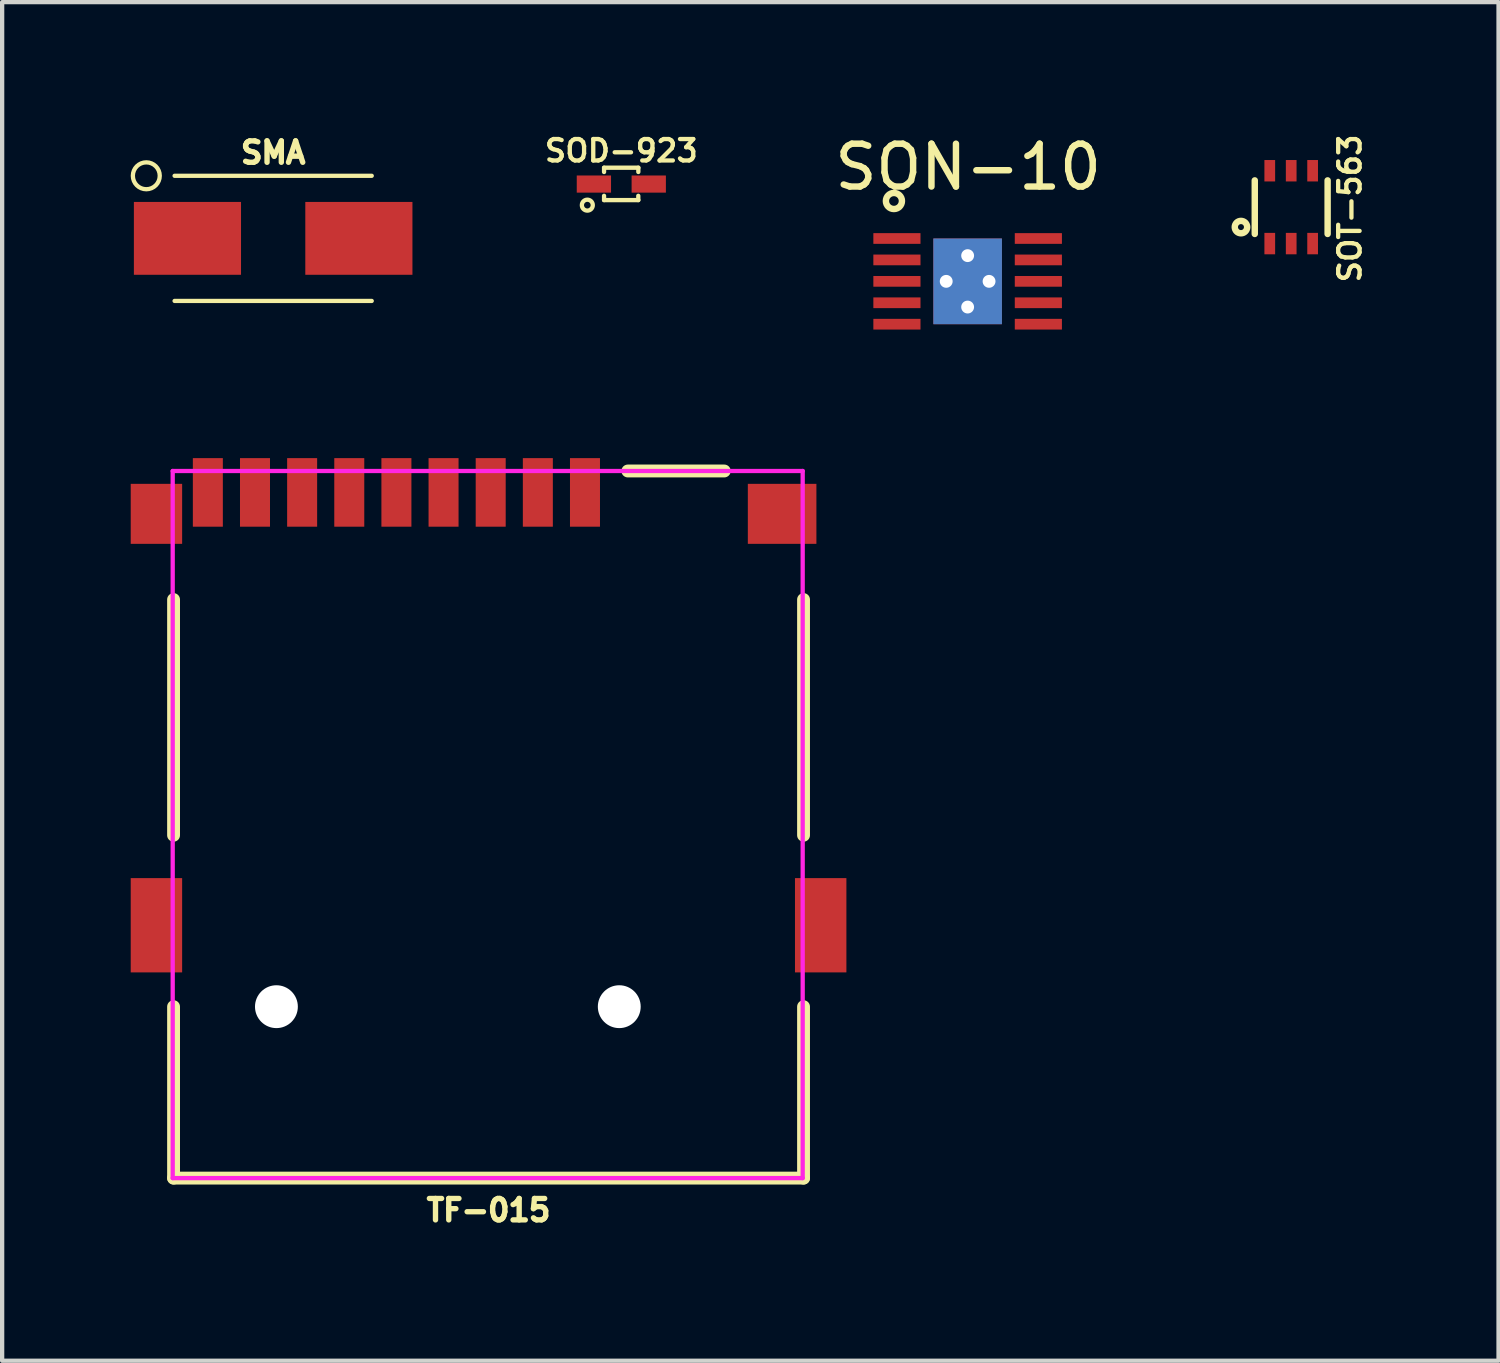
<source format=kicad_pcb>
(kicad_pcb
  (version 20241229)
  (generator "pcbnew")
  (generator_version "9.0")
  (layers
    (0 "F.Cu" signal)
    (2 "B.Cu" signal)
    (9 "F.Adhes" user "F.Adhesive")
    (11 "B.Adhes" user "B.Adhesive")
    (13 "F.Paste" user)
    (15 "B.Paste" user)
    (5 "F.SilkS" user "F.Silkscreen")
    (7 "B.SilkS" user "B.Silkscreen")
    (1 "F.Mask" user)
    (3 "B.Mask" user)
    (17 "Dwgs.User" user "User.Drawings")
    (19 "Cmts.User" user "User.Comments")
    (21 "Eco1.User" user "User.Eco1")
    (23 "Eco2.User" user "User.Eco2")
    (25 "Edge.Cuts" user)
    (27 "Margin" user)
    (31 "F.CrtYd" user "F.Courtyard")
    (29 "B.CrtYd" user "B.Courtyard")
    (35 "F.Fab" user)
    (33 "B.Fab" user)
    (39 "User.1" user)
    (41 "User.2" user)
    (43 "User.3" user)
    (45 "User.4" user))
  (footprint "TF-015"
    (layer "F.Cu")
    (at 8.35 20.44)
    (property "Reference" "TF-015" (at 0 4.75 0) (layer "F.SilkS") (effects (font (size 0.5 0.5) (thickness 0.125))))
    (attr through_hole)
    (fp_line (start -7.35 -4) (end -7.35 -9.5) (stroke (width 0.3) (type solid)) (layer "F.SilkS"))
    (fp_line (start -7.35 4) (end -7.35 0) (stroke (width 0.3) (type solid)) (layer "F.SilkS"))
    (fp_line (start -7.35 4) (end 7.35 4) (stroke (width 0.3) (type solid)) (layer "F.SilkS"))
    (fp_line (start 3.25 -12.5) (end 5.5 -12.5) (stroke (width 0.3) (type solid)) (layer "F.SilkS"))
    (fp_line (start 7.35 -4) (end 7.35 -9.5) (stroke (width 0.3) (type solid)) (layer "F.SilkS"))
    (fp_line (start 7.35 4) (end 7.35 0) (stroke (width 0.3) (type solid)) (layer "F.SilkS"))
    (fp_line (start -7.37 -12.5) (end 7.33 -12.5) (stroke (width 0.1) (type solid)) (layer "F.CrtYd"))
    (fp_line (start -7.37 4) (end -7.37 -12.5) (stroke (width 0.1) (type solid)) (layer "F.CrtYd"))
    (fp_line (start -7.37 4) (end 7.33 4) (stroke (width 0.1) (type solid)) (layer "F.CrtYd"))
    (fp_line (start 7.33 4) (end 7.33 -12.5) (stroke (width 0.1) (type solid)) (layer "F.CrtYd"))
    (pad "" np_thru_hole circle (at -4.95 0) (size 1 1) (drill 1) (layers "*.Cu" "*.Mask"))
    (pad "" np_thru_hole circle (at 3.05 0) (size 1 1) (drill 1) (layers "*.Cu" "*.Mask"))
    (pad "1" smd rect (at 2.25 -12) (size 0.7 1.6) (layers "F.Cu" "F.Mask" "F.Paste"))
    (pad "2" smd rect (at 1.15 -12) (size 0.7 1.6) (layers "F.Cu" "F.Mask" "F.Paste"))
    (pad "3" smd rect (at 0.05 -12) (size 0.7 1.6) (layers "F.Cu" "F.Mask" "F.Paste"))
    (pad "4" smd rect (at -1.05 -12) (size 0.7 1.6) (layers "F.Cu" "F.Mask" "F.Paste"))
    (pad "5" smd rect (at -2.15 -12) (size 0.7 1.6) (layers "F.Cu" "F.Mask" "F.Paste"))
    (pad "6" smd rect (at -3.25 -12) (size 0.7 1.6) (layers "F.Cu" "F.Mask" "F.Paste"))
    (pad "7" smd rect (at -4.35 -12) (size 0.7 1.6) (layers "F.Cu" "F.Mask" "F.Paste"))
    (pad "8" smd rect (at -5.45 -12) (size 0.7 1.6) (layers "F.Cu" "F.Mask" "F.Paste"))
    (pad "9" smd rect (at -6.55 -12) (size 0.7 1.6) (layers "F.Cu" "F.Mask" "F.Paste"))
    (pad "10" smd rect (at -7.75 -11.5) (size 1.2 1.4) (layers "F.Cu" "F.Mask" "F.Paste"))
    (pad "SHIELD" smd rect (at -7.75 -1.9) (size 1.2 2.2) (layers "F.Cu" "F.Mask" "F.Paste"))
    (pad "SHIELD" smd rect (at 6.85 -11.5) (size 1.6 1.4) (layers "F.Cu" "F.Mask" "F.Paste"))
    (pad "SHIELD" smd rect (at 7.75 -1.9) (size 1.2 2.2) (layers "F.Cu" "F.Mask" "F.Paste")))
  (footprint "SOD-923"
    (layer "F.Cu")
    (at 11.448 1.245)
    (property "Reference" "SOD-923" (at 0 -0.777 0) (layer "F.SilkS") (effects (font (size 0.5 0.5) (thickness 0.1))))
    (attr through_hole)
    (fp_line (start -0.403 -0.381) (end -0.403 -0.281) (stroke (width 0.1) (type solid)) (layer "F.SilkS"))
    (fp_line (start -0.403 0.374) (end -0.403 0.274) (stroke (width 0.1) (type solid)) (layer "F.SilkS"))
    (fp_line (start 0.396 0.274) (end 0.396 0.374) (stroke (width 0.1) (type solid)) (layer "F.SilkS"))
    (fp_line (start 0.397 -0.382) (end -0.403 -0.382) (stroke (width 0.1) (type solid)) (layer "F.SilkS"))
    (fp_line (start 0.397 -0.382) (end 0.397 -0.282) (stroke (width 0.1) (type solid)) (layer "F.SilkS"))
    (fp_line (start 0.397 0.374) (end -0.403 0.374) (stroke (width 0.1) (type solid)) (layer "F.SilkS"))
    (fp_circle (center -0.793 0.492) (end -0.697 0.576) (stroke (width 0.1) (type solid)) (fill no) (layer "F.SilkS"))
    (pad "1" smd rect (at -0.64 0) (size 0.8 0.4) (layers "F.Cu" "F.Mask" "F.Paste"))
    (pad "2" smd rect (at 0.64 0) (size 0.8 0.4) (layers "F.Cu" "F.Mask" "F.Paste")))
  (footprint "SOT-563"
    (layer "F.Cu")
    (at 27.079 1.784)
    (property "Reference" "SOT-563" (at 1.37 0.03 90) (layer "F.SilkS") (effects (font (size 0.5 0.5) (thickness 0.1))))
    (attr through_hole)
    (fp_line (start -0.85 -0.625) (end -0.85 0.625) (stroke (width 0.15) (type solid)) (layer "F.SilkS"))
    (fp_line (start 0.85 0.625) (end 0.85 -0.625) (stroke (width 0.15) (type solid)) (layer "F.SilkS"))
    (fp_circle (center -1.172 0.465) (end -1.146 0.53) (stroke (width 0.15) (type solid)) (fill no) (layer "F.SilkS"))
    (pad "1" smd rect (at -0.5 0.85) (size 0.25 0.5) (layers "F.Cu" "F.Mask" "F.Paste"))
    (pad "2" smd rect (at 0 0.85) (size 0.25 0.5) (layers "F.Cu" "F.Mask" "F.Paste"))
    (pad "3" smd rect (at 0.5 0.85) (size 0.25 0.5) (layers "F.Cu" "F.Mask" "F.Paste"))
    (pad "4" smd rect (at 0.5 -0.85) (size 0.25 0.5) (layers "F.Cu" "F.Mask" "F.Paste"))
    (pad "5" smd rect (at 0 -0.85) (size 0.25 0.5) (layers "F.Cu" "F.Mask" "F.Paste"))
    (pad "6" smd rect (at -0.5 -0.85) (size 0.25 0.5) (layers "F.Cu" "F.Mask" "F.Paste")))
  (footprint "SMA"
    (layer "F.Cu")
    (at 3.324 2.512)
    (property "Reference" "SMA" (at 0 -2 0) (layer "F.SilkS") (effects (font (size 0.5 0.5) (thickness 0.125))))
    (attr through_hole)
    (fp_line (start -2.3 -1.46) (end 2.3 -1.46) (stroke (width 0.1) (type solid)) (layer "F.SilkS"))
    (fp_line (start -2.3 1.46) (end 2.3 1.46) (stroke (width 0.1) (type solid)) (layer "F.SilkS"))
    (fp_circle (center -2.96 -1.46) (end -2.84 -1.17) (stroke (width 0.1) (type solid)) (fill no) (layer "F.SilkS"))
    (pad "1" smd rect (at -2 0) (size 2.5 1.7) (layers "F.Cu" "F.Mask" "F.Paste"))
    (pad "2" smd rect (at 2 0) (size 2.5 1.7) (layers "F.Cu" "F.Mask" "F.Paste")))
  (footprint "SON-10"
    (layer "F.Cu")
    (at 19.529 3.515)
    (property "Reference" "SON-10" (at 0.013 -2.667 180) (layer "F.SilkS") (effects (font (size 1 1) (thickness 0.15))))
    (attr through_hole)
    (fp_circle (center -1.72 -1.875) (end -1.582 -1.748) (stroke (width 0.15) (type solid)) (fill no) (layer "F.SilkS"))
    (pad "1" smd rect (at -1.65 -1 90) (size 0.25 1.1) (layers "F.Cu" "F.Mask" "F.Paste"))
    (pad "2" smd rect (at -1.65 -0.5 90) (size 0.25 1.1) (layers "F.Cu" "F.Mask" "F.Paste"))
    (pad "3" smd rect (at -1.65 0 90) (size 0.25 1.1) (layers "F.Cu" "F.Mask" "F.Paste"))
    (pad "4" smd rect (at -1.65 0.5 90) (size 0.25 1.1) (layers "F.Cu" "F.Mask" "F.Paste"))
    (pad "5" smd rect (at -1.65 1 90) (size 0.25 1.1) (layers "F.Cu" "F.Mask" "F.Paste"))
    (pad "6" smd rect (at 1.65 1 90) (size 0.25 1.1) (layers "F.Cu" "F.Mask" "F.Paste"))
    (pad "7" smd rect (at 1.65 0.5 90) (size 0.25 1.1) (layers "F.Cu" "F.Mask" "F.Paste"))
    (pad "8" smd rect (at 1.65 0 90) (size 0.25 1.1) (layers "F.Cu" "F.Mask" "F.Paste"))
    (pad "9" smd rect (at 1.65 -0.5 90) (size 0.25 1.1) (layers "F.Cu" "F.Mask" "F.Paste"))
    (pad "10" smd rect (at 1.65 -1 90) (size 0.25 1.1) (layers "F.Cu" "F.Mask" "F.Paste"))
    (pad "11" smd rect (at -0.5 -0.63 90) (size 0.4 0.4) (layers "F.Cu" "F.Mask"))
    (pad "11" thru_hole circle (at -0.5 0 90) (size 0.4 0.4) (drill 0.3) (layers "*.Cu"))
    (pad "11" smd rect (at -0.5 0.63 90) (size 0.4 0.4) (layers "F.Cu" "F.Mask"))
    (pad "11" thru_hole circle (at 0 -0.6 90) (size 0.4 0.4) (drill 0.3) (layers "*.Cu"))
    (pad "11" smd rect (at 0 0 90) (size 0.4 0.4) (layers "F.Cu" "F.Mask"))
    (pad "11" smd rect (at 0 0 90) (size 2 1.6) (layers "F.Cu"))
    (pad "11" smd rect (at 0 0 90) (size 2 1.6) (layers "B.Cu"))
    (pad "11" thru_hole circle (at 0 0.6 90) (size 0.4 0.4) (drill 0.3) (layers "*.Cu"))
    (pad "11" smd rect (at 0.5 -0.63 90) (size 0.4 0.4) (layers "F.Cu" "F.Mask"))
    (pad "11" thru_hole circle (at 0.5 0 90) (size 0.4 0.4) (drill 0.3) (layers "*.Cu"))
    (pad "11" smd rect (at 0.5 0.63 90) (size 0.4 0.4) (layers "F.Cu" "F.Mask")))
  (gr_rect
    (start -3 -3)
    (end 31.917 28.702)
    (stroke (width 0.1) (type default))
    (fill no)
    (layer "Edge.Cuts")))
</source>
